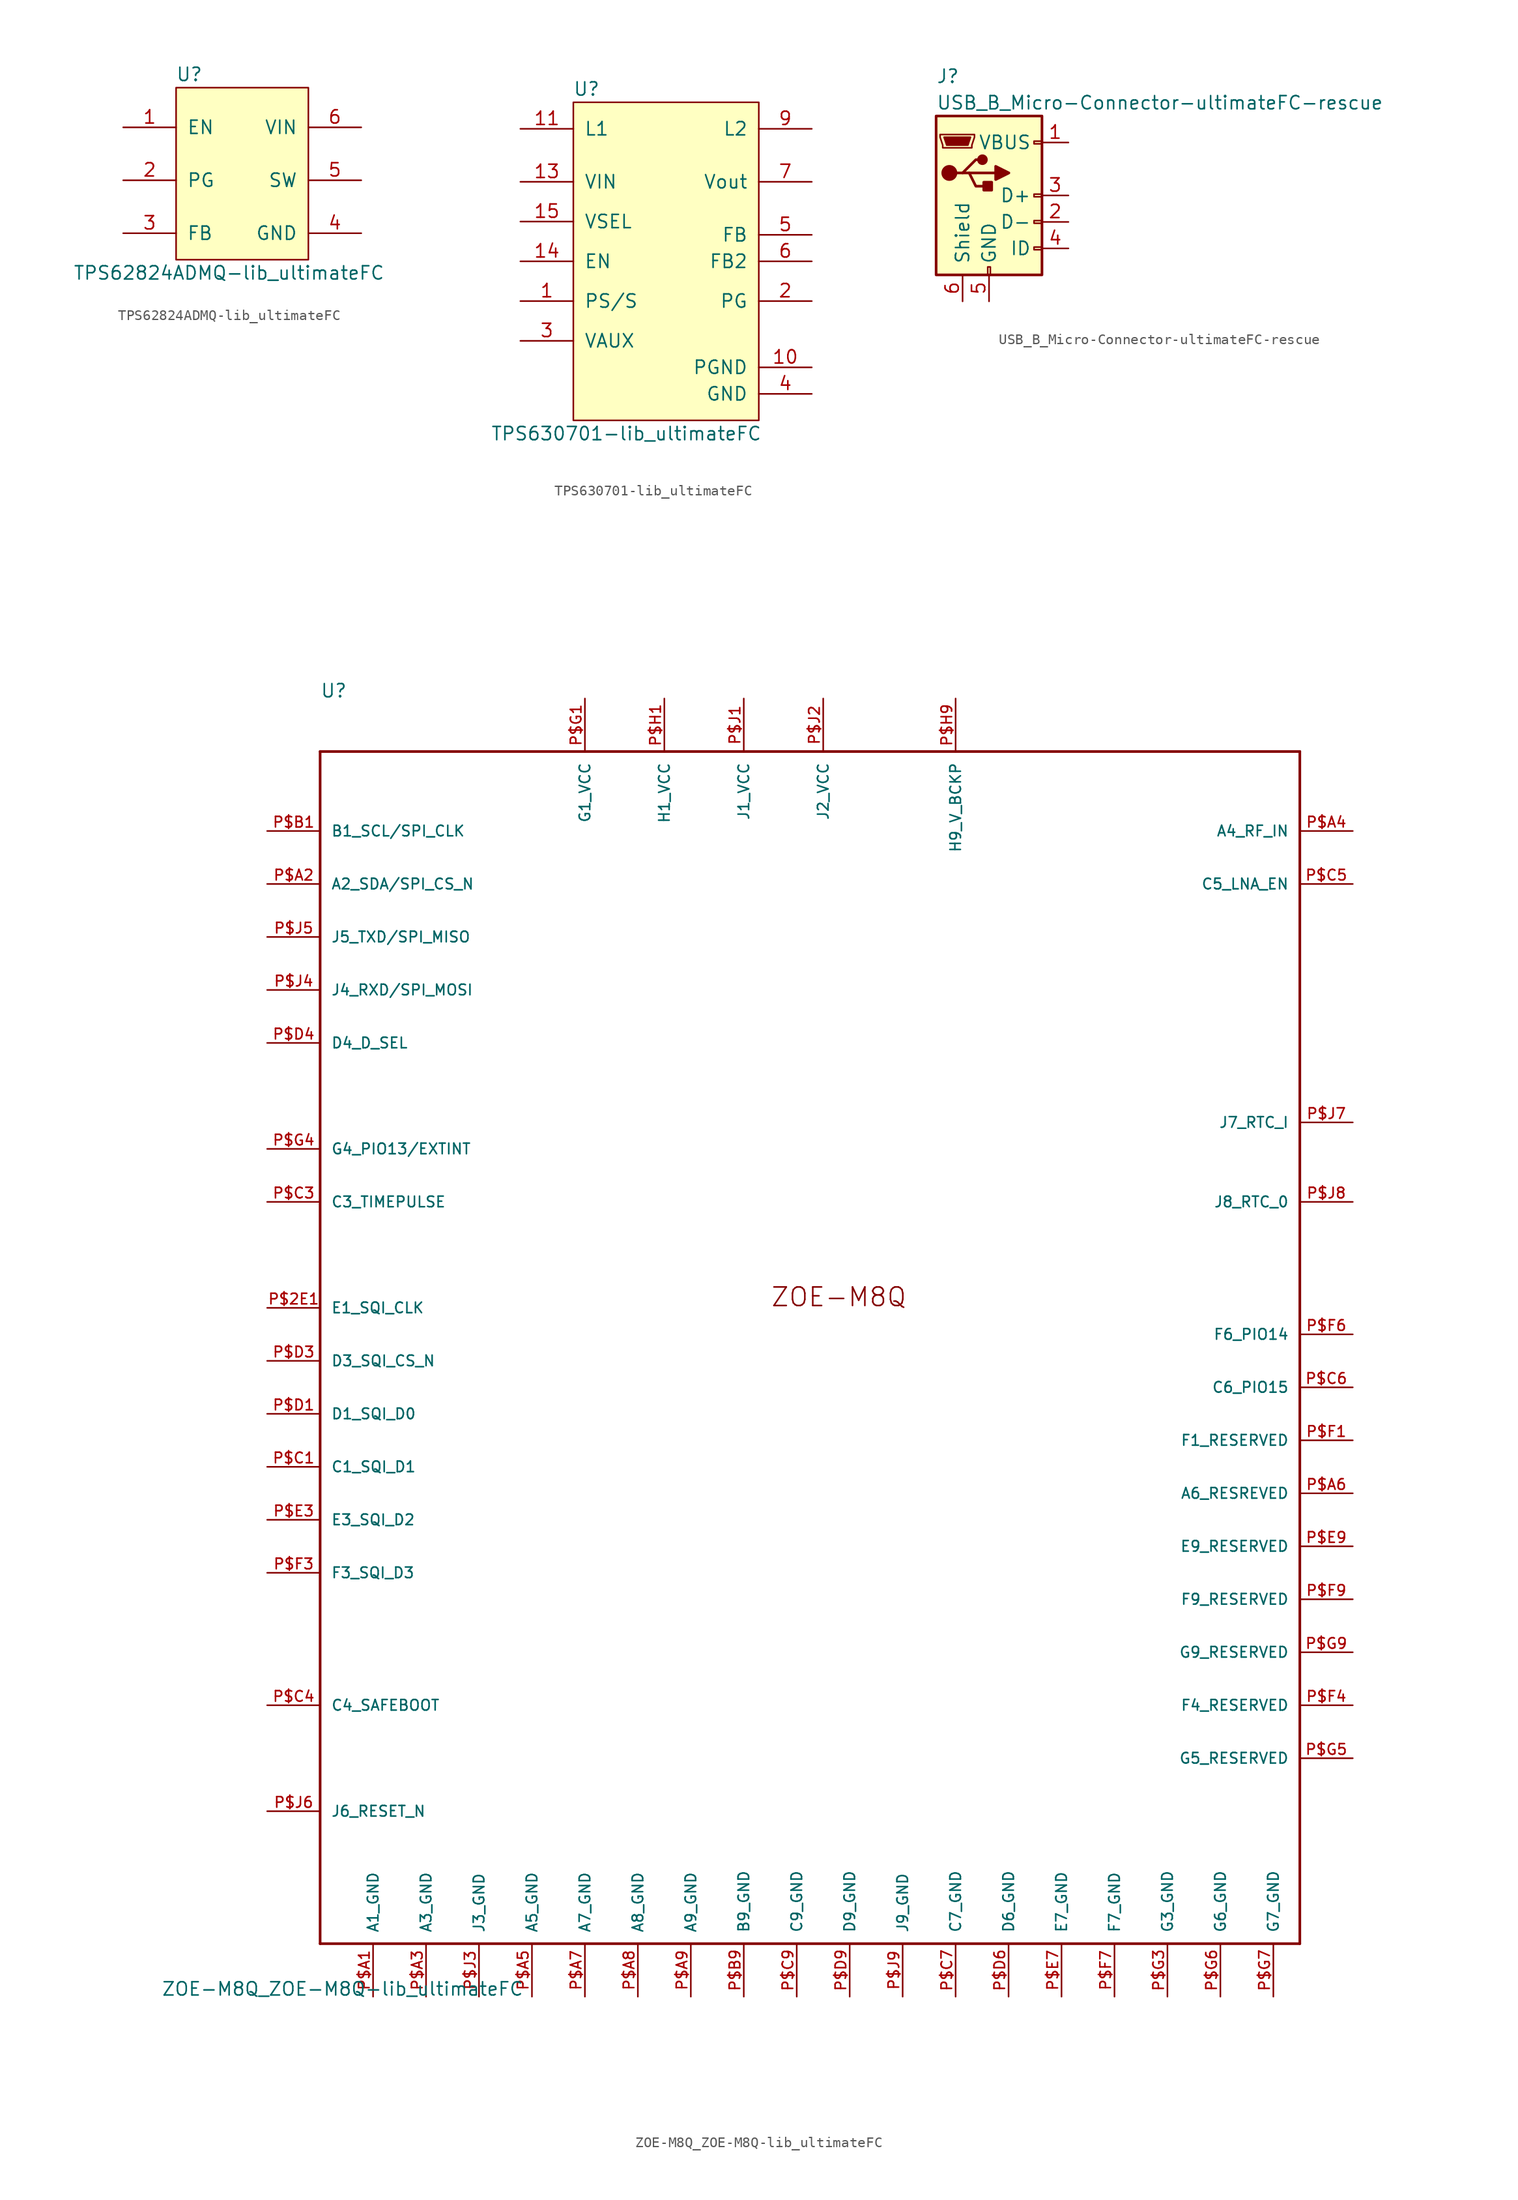
<source format=kicad_sym>
(kicad_symbol_lib
  (version 20211014)
  (generator kicad_symbol_editor)
  (symbol "TPS62824ADMQ-lib_ultimateFC"
    (pin_names
      (offset 1.016))
    (property "Reference" "U"
      (at -5.08 10.16 0)
      (effects (font (size 1.27 1.27))))
    (property "Value" "TPS62824ADMQ-lib_ultimateFC"
      (at -1.27 -8.89 0)
      (effects (font (size 1.27 1.27))))
    (symbol "TPS62824ADMQ-lib_ultimateFC_0_0"
      (pin unspecified line (at -11.43 -5.08 0) (length 5.08) (name "FB" (effects (font (size 1.27 1.27)))) (number "3" (effects (font (size 1.27 1.27)))))
      (pin unspecified line (at 11.43 -5.08 180) (length 5.08) (name "GND" (effects (font (size 1.27 1.27)))) (number "4" (effects (font (size 1.27 1.27)))))
      (pin unspecified line (at 11.43 0 180) (length 5.08) (name "SW" (effects (font (size 1.27 1.27)))) (number "5" (effects (font (size 1.27 1.27)))))
      (pin unspecified line (at 11.43 5.08 180) (length 5.08) (name "VIN" (effects (font (size 1.27 1.27)))) (number "6" (effects (font (size 1.27 1.27))))))
    (symbol "TPS62824ADMQ-lib_ultimateFC_0_1"
      (rectangle (start -6.35 8.89) (end 6.35 -7.62) (stroke (width 0) (type default) (color 0 0 0 0)) (fill (type background))))
    (symbol "TPS62824ADMQ-lib_ultimateFC_1_1"
      (pin input line (at -11.43 5.08 0) (length 5.08) (name "EN" (effects (font (size 1.27 1.27)))) (number "1" (effects (font (size 1.27 1.27)))))
      (pin input line (at -11.43 0 0) (length 5.08) (name "PG" (effects (font (size 1.27 1.27)))) (number "2" (effects (font (size 1.27 1.27)))))))
  (symbol "TPS630701-lib_ultimateFC"
    (pin_names
      (offset 1.016))
    (property "Reference" "U"
      (at -5.08 22.86 0)
      (effects (font (size 1.27 1.27))))
    (property "Value" "TPS630701-lib_ultimateFC"
      (at -1.27 -10.16 0)
      (effects (font (size 1.27 1.27))))
    (symbol "TPS630701-lib_ultimateFC_0_1"
      (rectangle (start -6.35 21.59) (end 11.43 -8.89) (stroke (width 0) (type default) (color 0 0 0 0)) (fill (type background))))
    (symbol "TPS630701-lib_ultimateFC_1_1"
      (pin input line (at -11.43 2.54 0) (length 5.08) (name "PS/S" (effects (font (size 1.27 1.27)))) (number "1" (effects (font (size 1.27 1.27)))))
      (pin power_in line (at 16.51 -3.81 180) (length 5.08) (name "PGND" (effects (font (size 1.27 1.27)))) (number "10" (effects (font (size 1.27 1.27)))))
      (pin input line (at -11.43 19.05 0) (length 5.08) (name "L1" (effects (font (size 1.27 1.27)))) (number "11" (effects (font (size 1.27 1.27)))))
      (pin power_in line (at -11.43 13.97 0) (length 5.08) (name "VIN" (effects (font (size 1.27 1.27)))) (number "13" (effects (font (size 1.27 1.27)))))
      (pin input line (at -11.43 6.35 0) (length 5.08) (name "EN" (effects (font (size 1.27 1.27)))) (number "14" (effects (font (size 1.27 1.27)))))
      (pin bidirectional line (at -11.43 10.16 0) (length 5.08) (name "VSEL" (effects (font (size 1.27 1.27)))) (number "15" (effects (font (size 1.27 1.27)))))
      (pin output line (at 16.51 2.54 180) (length 5.08) (name "PG" (effects (font (size 1.27 1.27)))) (number "2" (effects (font (size 1.27 1.27)))))
      (pin output line (at -11.43 -1.27 0) (length 5.08) (name "VAUX" (effects (font (size 1.27 1.27)))) (number "3" (effects (font (size 1.27 1.27)))))
      (pin power_out line (at 16.51 -6.35 180) (length 5.08) (name "GND" (effects (font (size 1.27 1.27)))) (number "4" (effects (font (size 1.27 1.27)))))
      (pin input line (at 16.51 8.89 180) (length 5.08) (name "FB" (effects (font (size 1.27 1.27)))) (number "5" (effects (font (size 1.27 1.27)))))
      (pin input line (at 16.51 6.35 180) (length 5.08) (name "FB2" (effects (font (size 1.27 1.27)))) (number "6" (effects (font (size 1.27 1.27)))))
      (pin output line (at 16.51 13.97 180) (length 5.08) (name "Vout" (effects (font (size 1.27 1.27)))) (number "7" (effects (font (size 1.27 1.27)))))
      (pin input line (at 16.51 19.05 180) (length 5.08) (name "L2" (effects (font (size 1.27 1.27)))) (number "9" (effects (font (size 1.27 1.27)))))))
  (symbol "USB_B_Micro-Connector-ultimateFC-rescue"
    (pin_names
      (offset 1.016))
    (property "Reference" "J"
      (at -5.08 11.43 0)
      (effects (font (size 1.27 1.27)) (justify left)))
    (property "Value" "USB_B_Micro-Connector-ultimateFC-rescue"
      (at -5.08 8.89 0)
      (effects (font (size 1.27 1.27)) (justify left)))
    (symbol "USB_B_Micro-Connector-ultimateFC-rescue_0_1"
      (rectangle (start -5.08 -7.62) (end 5.08 7.62) (stroke (width 0.254) (type default) (color 0 0 0 0)) (fill (type background)))
      (circle (center -3.81 2.159) (radius 0.635) (stroke (width 0.254) (type default) (color 0 0 0 0)) (fill (type outline)))
      (circle (center -0.635 3.429) (radius 0.381) (stroke (width 0.254) (type default) (color 0 0 0 0)) (fill (type outline)))
      (rectangle (start -0.127 -7.62) (end 0.127 -6.858) (stroke (width 0) (type default) (color 0 0 0 0)) (fill (type none)))
      (polyline (pts (xy -1.905 2.159) (xy 0.635 2.159)) (stroke (width 0.254) (type default) (color 0 0 0 0)) (fill (type none)))
      (polyline (pts (xy -3.175 2.159) (xy -2.54 2.159) (xy -1.27 3.429) (xy -0.635 3.429)) (stroke (width 0.254) (type default) (color 0 0 0 0)) (fill (type none)))
      (polyline (pts (xy -2.54 2.159) (xy -1.905 2.159) (xy -1.27 0.889) (xy 0 0.889)) (stroke (width 0.254) (type default) (color 0 0 0 0)) (fill (type none)))
      (polyline (pts (xy 0.635 2.794) (xy 0.635 1.524) (xy 1.905 2.159) (xy 0.635 2.794)) (stroke (width 0.254) (type default) (color 0 0 0 0)) (fill (type outline)))
      (polyline (pts (xy -4.318 5.588) (xy -1.778 5.588) (xy -2.032 4.826) (xy -4.064 4.826) (xy -4.318 5.588)) (stroke (width 0) (type default) (color 0 0 0 0)) (fill (type outline)))
      (polyline (pts (xy -4.699 5.842) (xy -4.699 5.588) (xy -4.445 4.826) (xy -4.445 4.572) (xy -1.651 4.572) (xy -1.651 4.826) (xy -1.397 5.588) (xy -1.397 5.842) (xy -4.699 5.842)) (stroke (width 0) (type default) (color 0 0 0 0)) (fill (type none)))
      (rectangle (start 0.254 1.27) (end -0.508 0.508) (stroke (width 0.254) (type default) (color 0 0 0 0)) (fill (type outline)))
      (rectangle (start 5.08 -5.207) (end 4.318 -4.953) (stroke (width 0) (type default) (color 0 0 0 0)) (fill (type none)))
      (rectangle (start 5.08 -2.667) (end 4.318 -2.413) (stroke (width 0) (type default) (color 0 0 0 0)) (fill (type none)))
      (rectangle (start 5.08 -0.127) (end 4.318 0.127) (stroke (width 0) (type default) (color 0 0 0 0)) (fill (type none)))
      (rectangle (start 5.08 4.953) (end 4.318 5.207) (stroke (width 0) (type default) (color 0 0 0 0)) (fill (type none))))
    (symbol "USB_B_Micro-Connector-ultimateFC-rescue_1_1"
      (pin power_out line (at 7.62 5.08 180) (length 2.54) (name "VBUS" (effects (font (size 1.27 1.27)))) (number "1" (effects (font (size 1.27 1.27)))))
      (pin passive line (at 7.62 -2.54 180) (length 2.54) (name "D-" (effects (font (size 1.27 1.27)))) (number "2" (effects (font (size 1.27 1.27)))))
      (pin passive line (at 7.62 0 180) (length 2.54) (name "D+" (effects (font (size 1.27 1.27)))) (number "3" (effects (font (size 1.27 1.27)))))
      (pin passive line (at 7.62 -5.08 180) (length 2.54) (name "ID" (effects (font (size 1.27 1.27)))) (number "4" (effects (font (size 1.27 1.27)))))
      (pin power_out line (at 0 -10.16 90) (length 2.54) (name "GND" (effects (font (size 1.27 1.27)))) (number "5" (effects (font (size 1.27 1.27)))))
      (pin passive line (at -2.54 -10.16 90) (length 2.54) (name "Shield" (effects (font (size 1.27 1.27)))) (number "6" (effects (font (size 1.27 1.27)))))))
  (symbol "ZOE-M8Q_ZOE-M8Q-lib_ultimateFC"
    (pin_names
      (offset 1.016))
    (property "Reference" "U"
      (at -71.12 93.98 0)
      (effects (font (size 1.27 1.27)) (justify left bottom)))
    (property "Value" "ZOE-M8Q_ZOE-M8Q-lib_ultimateFC"
      (at -86.36 -30.48 0)
      (effects (font (size 1.27 1.27)) (justify left bottom)))
    (property "ki_locked" ""
      (at 0 0 0)
      (effects (font (size 1.27 1.27))))
    (symbol "ZOE-M8Q_ZOE-M8Q-lib_ultimateFC_0_0"
      (polyline (pts (xy -71.12 -25.4) (xy 22.86 -25.4)) (stroke (width 0.254) (type default) (color 0 0 0 0)) (fill (type none)))
      (polyline (pts (xy -71.12 88.9) (xy -71.12 -25.4)) (stroke (width 0.254) (type default) (color 0 0 0 0)) (fill (type none)))
      (polyline (pts (xy 22.86 88.9) (xy -71.12 88.9)) (stroke (width 0.254) (type default) (color 0 0 0 0)) (fill (type none)))
      (polyline (pts (xy 22.86 88.9) (xy 22.86 -25.4)) (stroke (width 0.254) (type default) (color 0 0 0 0)) (fill (type none)))
      (text "ZOE-M8Q" (at -27.94 35.56 0) (effects (font (size 1.778 1.778)) (justify left bottom)))
      (pin bidirectional line (at -76.2 35.56 0) (length 5.08) (name "E1_SQI_CLK" (effects (font (size 1.016 1.016)))) (number "P$2E1" (effects (font (size 1.016 1.016)))))
      (pin power_in line (at -66.04 -30.48 90) (length 5.08) (name "A1_GND" (effects (font (size 1.016 1.016)))) (number "P$A1" (effects (font (size 1.016 1.016)))))
      (pin bidirectional line (at -76.2 76.2 0) (length 5.08) (name "A2_SDA/SPI_CS_N" (effects (font (size 1.016 1.016)))) (number "P$A2" (effects (font (size 1.016 1.016)))))
      (pin power_in line (at -60.96 -30.48 90) (length 5.08) (name "A3_GND" (effects (font (size 1.016 1.016)))) (number "P$A3" (effects (font (size 1.016 1.016)))))
      (pin input line (at 27.94 81.28 180) (length 5.08) (name "A4_RF_IN" (effects (font (size 1.016 1.016)))) (number "P$A4" (effects (font (size 1.016 1.016)))))
      (pin power_in line (at -50.8 -30.48 90) (length 5.08) (name "A5_GND" (effects (font (size 1.016 1.016)))) (number "P$A5" (effects (font (size 1.016 1.016)))))
      (pin bidirectional line (at 27.94 17.78 180) (length 5.08) (name "A6_RESREVED" (effects (font (size 1.016 1.016)))) (number "P$A6" (effects (font (size 1.016 1.016)))))
      (pin power_in line (at -45.72 -30.48 90) (length 5.08) (name "A7_GND" (effects (font (size 1.016 1.016)))) (number "P$A7" (effects (font (size 1.016 1.016)))))
      (pin power_in line (at -40.64 -30.48 90) (length 5.08) (name "A8_GND" (effects (font (size 1.016 1.016)))) (number "P$A8" (effects (font (size 1.016 1.016)))))
      (pin power_in line (at -35.56 -30.48 90) (length 5.08) (name "A9_GND" (effects (font (size 1.016 1.016)))) (number "P$A9" (effects (font (size 1.016 1.016)))))
      (pin bidirectional line (at -76.2 81.28 0) (length 5.08) (name "B1_SCL/SPI_CLK" (effects (font (size 1.016 1.016)))) (number "P$B1" (effects (font (size 1.016 1.016)))))
      (pin power_in line (at -30.48 -30.48 90) (length 5.08) (name "B9_GND" (effects (font (size 1.016 1.016)))) (number "P$B9" (effects (font (size 1.016 1.016)))))
      (pin bidirectional line (at -76.2 20.32 0) (length 5.08) (name "C1_SQI_D1" (effects (font (size 1.016 1.016)))) (number "P$C1" (effects (font (size 1.016 1.016)))))
      (pin bidirectional line (at -76.2 45.72 0) (length 5.08) (name "C3_TIMEPULSE" (effects (font (size 1.016 1.016)))) (number "P$C3" (effects (font (size 1.016 1.016)))))
      (pin bidirectional line (at -76.2 -2.54 0) (length 5.08) (name "C4_SAFEBOOT" (effects (font (size 1.016 1.016)))) (number "P$C4" (effects (font (size 1.016 1.016)))))
      (pin bidirectional line (at 27.94 76.2 180) (length 5.08) (name "C5_LNA_EN" (effects (font (size 1.016 1.016)))) (number "P$C5" (effects (font (size 1.016 1.016)))))
      (pin bidirectional line (at 27.94 27.94 180) (length 5.08) (name "C6_PIO15" (effects (font (size 1.016 1.016)))) (number "P$C6" (effects (font (size 1.016 1.016)))))
      (pin power_in line (at -10.16 -30.48 90) (length 5.08) (name "C7_GND" (effects (font (size 1.016 1.016)))) (number "P$C7" (effects (font (size 1.016 1.016)))))
      (pin power_in line (at -25.4 -30.48 90) (length 5.08) (name "C9_GND" (effects (font (size 1.016 1.016)))) (number "P$C9" (effects (font (size 1.016 1.016)))))
      (pin bidirectional line (at -76.2 25.4 0) (length 5.08) (name "D1_SQI_D0" (effects (font (size 1.016 1.016)))) (number "P$D1" (effects (font (size 1.016 1.016)))))
      (pin bidirectional line (at -76.2 30.48 0) (length 5.08) (name "D3_SQI_CS_N" (effects (font (size 1.016 1.016)))) (number "P$D3" (effects (font (size 1.016 1.016)))))
      (pin bidirectional line (at -76.2 60.96 0) (length 5.08) (name "D4_D_SEL" (effects (font (size 1.016 1.016)))) (number "P$D4" (effects (font (size 1.016 1.016)))))
      (pin power_in line (at -5.08 -30.48 90) (length 5.08) (name "D6_GND" (effects (font (size 1.016 1.016)))) (number "P$D6" (effects (font (size 1.016 1.016)))))
      (pin power_in line (at -20.32 -30.48 90) (length 5.08) (name "D9_GND" (effects (font (size 1.016 1.016)))) (number "P$D9" (effects (font (size 1.016 1.016)))))
      (pin bidirectional line (at -76.2 15.24 0) (length 5.08) (name "E3_SQI_D2" (effects (font (size 1.016 1.016)))) (number "P$E3" (effects (font (size 1.016 1.016)))))
      (pin power_in line (at 0 -30.48 90) (length 5.08) (name "E7_GND" (effects (font (size 1.016 1.016)))) (number "P$E7" (effects (font (size 1.016 1.016)))))
      (pin bidirectional line (at 27.94 12.7 180) (length 5.08) (name "E9_RESERVED" (effects (font (size 1.016 1.016)))) (number "P$E9" (effects (font (size 1.016 1.016)))))
      (pin bidirectional line (at 27.94 22.86 180) (length 5.08) (name "F1_RESERVED" (effects (font (size 1.016 1.016)))) (number "P$F1" (effects (font (size 1.016 1.016)))))
      (pin bidirectional line (at -76.2 10.16 0) (length 5.08) (name "F3_SQI_D3" (effects (font (size 1.016 1.016)))) (number "P$F3" (effects (font (size 1.016 1.016)))))
      (pin bidirectional line (at 27.94 -2.54 180) (length 5.08) (name "F4_RESERVED" (effects (font (size 1.016 1.016)))) (number "P$F4" (effects (font (size 1.016 1.016)))))
      (pin bidirectional line (at 27.94 33.02 180) (length 5.08) (name "F6_PIO14" (effects (font (size 1.016 1.016)))) (number "P$F6" (effects (font (size 1.016 1.016)))))
      (pin power_in line (at 5.08 -30.48 90) (length 5.08) (name "F7_GND" (effects (font (size 1.016 1.016)))) (number "P$F7" (effects (font (size 1.016 1.016)))))
      (pin bidirectional line (at 27.94 7.62 180) (length 5.08) (name "F9_RESERVED" (effects (font (size 1.016 1.016)))) (number "P$F9" (effects (font (size 1.016 1.016)))))
      (pin power_in line (at -45.72 93.98 270) (length 5.08) (name "G1_VCC" (effects (font (size 1.016 1.016)))) (number "P$G1" (effects (font (size 1.016 1.016)))))
      (pin power_in line (at 10.16 -30.48 90) (length 5.08) (name "G3_GND" (effects (font (size 1.016 1.016)))) (number "P$G3" (effects (font (size 1.016 1.016)))))
      (pin bidirectional line (at -76.2 50.8 0) (length 5.08) (name "G4_PIO13/EXTINT" (effects (font (size 1.016 1.016)))) (number "P$G4" (effects (font (size 1.016 1.016)))))
      (pin bidirectional line (at 27.94 -7.62 180) (length 5.08) (name "G5_RESERVED" (effects (font (size 1.016 1.016)))) (number "P$G5" (effects (font (size 1.016 1.016)))))
      (pin power_in line (at 15.24 -30.48 90) (length 5.08) (name "G6_GND" (effects (font (size 1.016 1.016)))) (number "P$G6" (effects (font (size 1.016 1.016)))))
      (pin power_in line (at 20.32 -30.48 90) (length 5.08) (name "G7_GND" (effects (font (size 1.016 1.016)))) (number "P$G7" (effects (font (size 1.016 1.016)))))
      (pin bidirectional line (at 27.94 2.54 180) (length 5.08) (name "G9_RESERVED" (effects (font (size 1.016 1.016)))) (number "P$G9" (effects (font (size 1.016 1.016)))))
      (pin power_in line (at -38.1 93.98 270) (length 5.08) (name "H1_VCC" (effects (font (size 1.016 1.016)))) (number "P$H1" (effects (font (size 1.016 1.016)))))
      (pin power_in line (at -10.16 93.98 270) (length 5.08) (name "H9_V_BCKP" (effects (font (size 1.016 1.016)))) (number "P$H9" (effects (font (size 1.016 1.016)))))
      (pin power_in line (at -30.48 93.98 270) (length 5.08) (name "J1_VCC" (effects (font (size 1.016 1.016)))) (number "P$J1" (effects (font (size 1.016 1.016)))))
      (pin power_in line (at -22.86 93.98 270) (length 5.08) (name "J2_VCC" (effects (font (size 1.016 1.016)))) (number "P$J2" (effects (font (size 1.016 1.016)))))
      (pin power_in line (at -55.88 -30.48 90) (length 5.08) (name "J3_GND" (effects (font (size 1.016 1.016)))) (number "P$J3" (effects (font (size 1.016 1.016)))))
      (pin bidirectional line (at -76.2 66.04 0) (length 5.08) (name "J4_RXD/SPI_MOSI" (effects (font (size 1.016 1.016)))) (number "P$J4" (effects (font (size 1.016 1.016)))))
      (pin bidirectional line (at -76.2 71.12 0) (length 5.08) (name "J5_TXD/SPI_MISO" (effects (font (size 1.016 1.016)))) (number "P$J5" (effects (font (size 1.016 1.016)))))
      (pin bidirectional line (at -76.2 -12.7 0) (length 5.08) (name "J6_RESET_N" (effects (font (size 1.016 1.016)))) (number "P$J6" (effects (font (size 1.016 1.016)))))
      (pin bidirectional line (at 27.94 53.34 180) (length 5.08) (name "J7_RTC_I" (effects (font (size 1.016 1.016)))) (number "P$J7" (effects (font (size 1.016 1.016)))))
      (pin bidirectional line (at 27.94 45.72 180) (length 5.08) (name "J8_RTC_0" (effects (font (size 1.016 1.016)))) (number "P$J8" (effects (font (size 1.016 1.016)))))
      (pin power_in line (at -15.24 -30.48 90) (length 5.08) (name "J9_GND" (effects (font (size 1.016 1.016)))) (number "P$J9" (effects (font (size 1.016 1.016))))))))
</source>
